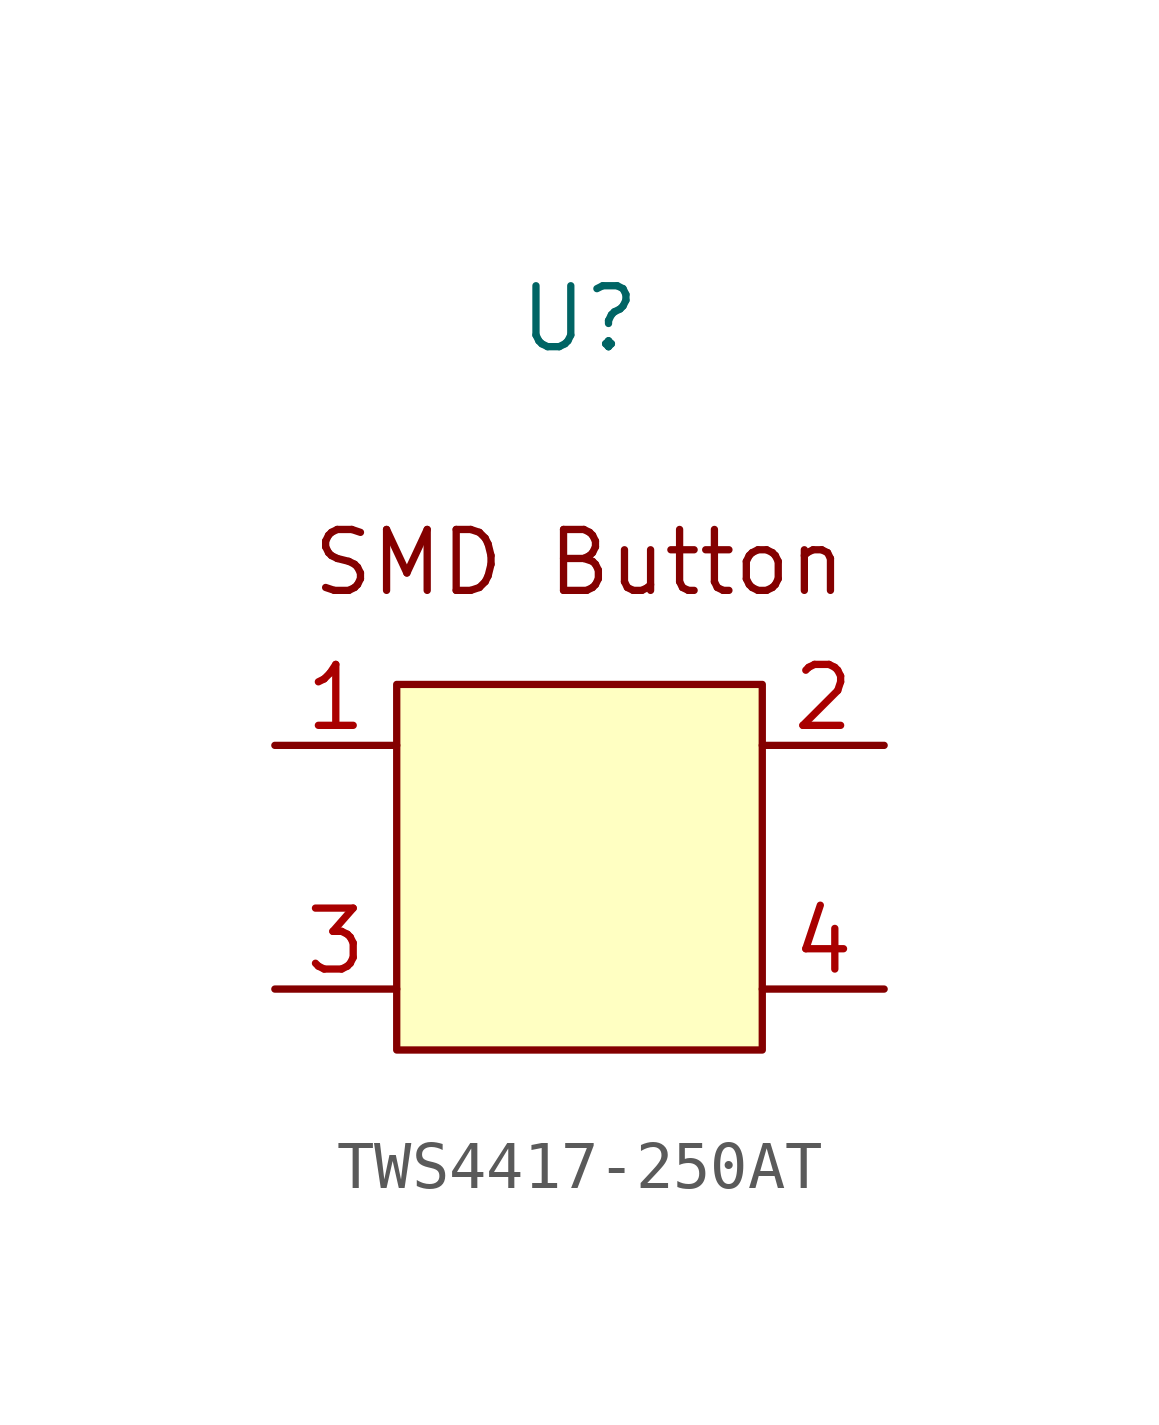
<source format=kicad_sym>
(kicad_symbol_lib
  (version 20231120)
  (generator "kicad_symbol_editor")
  (generator_version "8.0")
  (symbol "TWS4417-250AT"
    (property "Reference" "U"
      (at 0 11.43 0)
      (effects (font (size 1.27 1.27))))
    (property "Value" ""
      (at 0 0 0)
      (effects (font (size 1.27 1.27))))
    (symbol "TWS4417-250AT_1_1"
      (rectangle (start -3.81 3.81) (end 3.81 -3.81) (stroke (width 0) (type default)) (fill (type background)))
      (text "SMD Button" (at 0 6.35 0) (effects (font (size 1.27 1.27))))
      (pin input line (at -6.35 2.54 0) (length 2.54) (name "" (effects (font (size 1.27 1.27)))) (number "1" (effects (font (size 1.27 1.27)))))
      (pin input line (at 6.35 2.54 180) (length 2.54) (name "" (effects (font (size 1.27 1.27)))) (number "2" (effects (font (size 1.27 1.27)))))
      (pin output line (at -6.35 -2.54 0) (length 2.54) (name "" (effects (font (size 1.27 1.27)))) (number "3" (effects (font (size 1.27 1.27)))))
      (pin output line (at 6.35 -2.54 180) (length 2.54) (name "" (effects (font (size 1.27 1.27)))) (number "4" (effects (font (size 1.27 1.27))))))))
</source>
